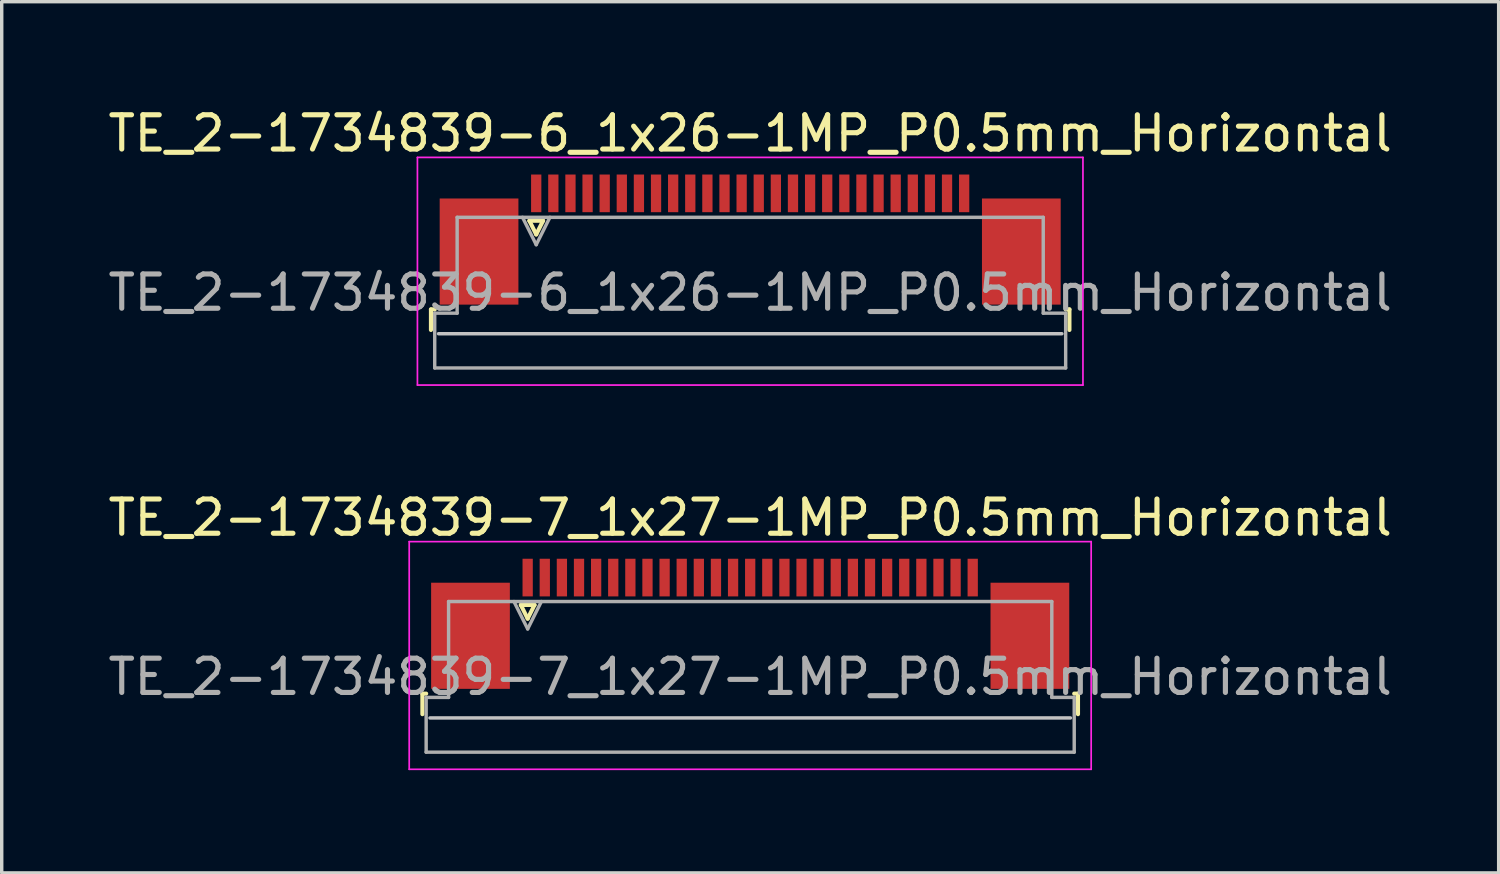
<source format=kicad_pcb>
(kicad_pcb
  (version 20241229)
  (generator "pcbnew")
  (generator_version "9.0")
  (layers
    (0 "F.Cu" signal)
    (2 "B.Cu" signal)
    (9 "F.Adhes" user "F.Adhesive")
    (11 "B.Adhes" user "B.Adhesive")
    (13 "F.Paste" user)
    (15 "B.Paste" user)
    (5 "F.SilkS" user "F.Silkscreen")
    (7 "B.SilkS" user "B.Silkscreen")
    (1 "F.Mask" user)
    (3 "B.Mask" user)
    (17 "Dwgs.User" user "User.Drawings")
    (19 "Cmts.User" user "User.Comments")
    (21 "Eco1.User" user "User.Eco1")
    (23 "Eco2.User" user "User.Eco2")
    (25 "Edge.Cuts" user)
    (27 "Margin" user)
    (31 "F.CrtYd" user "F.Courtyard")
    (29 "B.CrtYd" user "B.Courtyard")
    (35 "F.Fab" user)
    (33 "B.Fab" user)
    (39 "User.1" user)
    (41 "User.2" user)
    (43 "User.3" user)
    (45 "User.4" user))
  (footprint "TE_2-1734839-6_1x26-1MP_P0.5mm_Horizontal"
    (layer "F.Cu")
    (at 18.863 3.948)
    (property "Reference" "TE_2-1734839-6_1x26-1MP_P0.5mm_Horizontal" (at 0 -3.1 0) (layer "F.SilkS") (effects (font (size 1 1) (thickness 0.15))))
    (attr smd)
    (fp_line (start -9.325 2.04) (end -9.325 2.64) (stroke (width 0.12) (type solid)) (layer "F.SilkS"))
    (fp_line (start -9.215 2.04) (end -9.325 2.04) (stroke (width 0.12) (type solid)) (layer "F.SilkS"))
    (fp_line (start -6.45 -0.55) (end -6.25 -0.15) (stroke (width 0.12) (type solid)) (layer "F.SilkS"))
    (fp_line (start -6.25 -0.15) (end -6.05 -0.55) (stroke (width 0.12) (type solid)) (layer "F.SilkS"))
    (fp_line (start -6.05 -0.55) (end -6.45 -0.55) (stroke (width 0.12) (type solid)) (layer "F.SilkS"))
    (fp_line (start 9.215 2.04) (end 9.325 2.04) (stroke (width 0.12) (type solid)) (layer "F.SilkS"))
    (fp_line (start 9.325 2.04) (end 9.325 2.64) (stroke (width 0.12) (type solid)) (layer "F.SilkS"))
    (fp_line (start 9.105 2.75) (end -9.105 2.75) (stroke (width 0.1) (type solid)) (layer "Dwgs.User"))
    (fp_line (start -9.72 -2.4) (end -9.72 4.25) (stroke (width 0.05) (type solid)) (layer "F.CrtYd"))
    (fp_line (start -9.72 4.25) (end 9.72 4.25) (stroke (width 0.05) (type solid)) (layer "F.CrtYd"))
    (fp_line (start 9.72 -2.4) (end -9.72 -2.4) (stroke (width 0.05) (type solid)) (layer "F.CrtYd"))
    (fp_line (start 9.72 4.25) (end 9.72 -2.4) (stroke (width 0.05) (type solid)) (layer "F.CrtYd"))
    (fp_line (start -9.215 2.15) (end -8.56 2.15) (stroke (width 0.1) (type solid)) (layer "F.Fab"))
    (fp_line (start -9.215 3.75) (end -9.215 2.15) (stroke (width 0.1) (type solid)) (layer "F.Fab"))
    (fp_line (start -8.56 -0.65) (end 8.56 -0.65) (stroke (width 0.1) (type solid)) (layer "F.Fab"))
    (fp_line (start -8.56 2.15) (end -8.56 -0.65) (stroke (width 0.1) (type solid)) (layer "F.Fab"))
    (fp_line (start -6.65 -0.65) (end -6.25 0.15) (stroke (width 0.1) (type solid)) (layer "F.Fab"))
    (fp_line (start -6.25 0.15) (end -5.85 -0.65) (stroke (width 0.1) (type solid)) (layer "F.Fab"))
    (fp_line (start 8.56 -0.65) (end 8.56 2.15) (stroke (width 0.1) (type solid)) (layer "F.Fab"))
    (fp_line (start 8.56 2.15) (end 9.215 2.15) (stroke (width 0.1) (type solid)) (layer "F.Fab"))
    (fp_line (start 9.215 2.15) (end 9.215 3.75) (stroke (width 0.1) (type solid)) (layer "F.Fab"))
    (fp_line (start 9.215 3.75) (end -9.215 3.75) (stroke (width 0.1) (type solid)) (layer "F.Fab"))
    (fp_text user "${REFERENCE}" (at 0 1.55 0) (layer "F.Fab") (effects (font (size 1 1) (thickness 0.15))))
    (pad "1" smd rect (at -6.25 -1.35) (size 0.3 1.1) (layers "F.Cu" "F.Mask" "F.Paste"))
    (pad "2" smd rect (at -5.75 -1.35) (size 0.3 1.1) (layers "F.Cu" "F.Mask" "F.Paste"))
    (pad "3" smd rect (at -5.25 -1.35) (size 0.3 1.1) (layers "F.Cu" "F.Mask" "F.Paste"))
    (pad "4" smd rect (at -4.75 -1.35) (size 0.3 1.1) (layers "F.Cu" "F.Mask" "F.Paste"))
    (pad "5" smd rect (at -4.25 -1.35) (size 0.3 1.1) (layers "F.Cu" "F.Mask" "F.Paste"))
    (pad "6" smd rect (at -3.75 -1.35) (size 0.3 1.1) (layers "F.Cu" "F.Mask" "F.Paste"))
    (pad "7" smd rect (at -3.25 -1.35) (size 0.3 1.1) (layers "F.Cu" "F.Mask" "F.Paste"))
    (pad "8" smd rect (at -2.75 -1.35) (size 0.3 1.1) (layers "F.Cu" "F.Mask" "F.Paste"))
    (pad "9" smd rect (at -2.25 -1.35) (size 0.3 1.1) (layers "F.Cu" "F.Mask" "F.Paste"))
    (pad "10" smd rect (at -1.75 -1.35) (size 0.3 1.1) (layers "F.Cu" "F.Mask" "F.Paste"))
    (pad "11" smd rect (at -1.25 -1.35) (size 0.3 1.1) (layers "F.Cu" "F.Mask" "F.Paste"))
    (pad "12" smd rect (at -0.75 -1.35) (size 0.3 1.1) (layers "F.Cu" "F.Mask" "F.Paste"))
    (pad "13" smd rect (at -0.25 -1.35) (size 0.3 1.1) (layers "F.Cu" "F.Mask" "F.Paste"))
    (pad "14" smd rect (at 0.25 -1.35) (size 0.3 1.1) (layers "F.Cu" "F.Mask" "F.Paste"))
    (pad "15" smd rect (at 0.75 -1.35) (size 0.3 1.1) (layers "F.Cu" "F.Mask" "F.Paste"))
    (pad "16" smd rect (at 1.25 -1.35) (size 0.3 1.1) (layers "F.Cu" "F.Mask" "F.Paste"))
    (pad "17" smd rect (at 1.75 -1.35) (size 0.3 1.1) (layers "F.Cu" "F.Mask" "F.Paste"))
    (pad "18" smd rect (at 2.25 -1.35) (size 0.3 1.1) (layers "F.Cu" "F.Mask" "F.Paste"))
    (pad "19" smd rect (at 2.75 -1.35) (size 0.3 1.1) (layers "F.Cu" "F.Mask" "F.Paste"))
    (pad "20" smd rect (at 3.25 -1.35) (size 0.3 1.1) (layers "F.Cu" "F.Mask" "F.Paste"))
    (pad "21" smd rect (at 3.75 -1.35) (size 0.3 1.1) (layers "F.Cu" "F.Mask" "F.Paste"))
    (pad "22" smd rect (at 4.25 -1.35) (size 0.3 1.1) (layers "F.Cu" "F.Mask" "F.Paste"))
    (pad "23" smd rect (at 4.75 -1.35) (size 0.3 1.1) (layers "F.Cu" "F.Mask" "F.Paste"))
    (pad "24" smd rect (at 5.25 -1.35) (size 0.3 1.1) (layers "F.Cu" "F.Mask" "F.Paste"))
    (pad "25" smd rect (at 5.75 -1.35) (size 0.3 1.1) (layers "F.Cu" "F.Mask" "F.Paste"))
    (pad "26" smd rect (at 6.25 -1.35) (size 0.3 1.1) (layers "F.Cu" "F.Mask" "F.Paste"))
    (pad "MP" smd rect (at -7.92 0.35) (size 2.3 3.1) (layers "F.Cu" "F.Mask" "F.Paste"))
    (pad "MP" smd rect (at 7.92 0.35) (size 2.3 3.1) (layers "F.Cu" "F.Mask" "F.Paste")))
  (footprint "TE_2-1734839-7_1x27-1MP_P0.5mm_Horizontal"
    (layer "F.Cu")
    (at 18.863 15.171)
    (property "Reference" "TE_2-1734839-7_1x27-1MP_P0.5mm_Horizontal" (at 0 -3.1 0) (layer "F.SilkS") (effects (font (size 1 1) (thickness 0.15))))
    (attr smd)
    (fp_line (start -9.575 2.04) (end -9.575 2.64) (stroke (width 0.12) (type solid)) (layer "F.SilkS"))
    (fp_line (start -9.465 2.04) (end -9.575 2.04) (stroke (width 0.12) (type solid)) (layer "F.SilkS"))
    (fp_line (start -6.7 -0.55) (end -6.5 -0.15) (stroke (width 0.12) (type solid)) (layer "F.SilkS"))
    (fp_line (start -6.5 -0.15) (end -6.3 -0.55) (stroke (width 0.12) (type solid)) (layer "F.SilkS"))
    (fp_line (start -6.3 -0.55) (end -6.7 -0.55) (stroke (width 0.12) (type solid)) (layer "F.SilkS"))
    (fp_line (start 9.465 2.04) (end 9.575 2.04) (stroke (width 0.12) (type solid)) (layer "F.SilkS"))
    (fp_line (start 9.575 2.04) (end 9.575 2.64) (stroke (width 0.12) (type solid)) (layer "F.SilkS"))
    (fp_line (start 9.355 2.75) (end -9.355 2.75) (stroke (width 0.1) (type solid)) (layer "Dwgs.User"))
    (fp_line (start -9.96 -2.4) (end -9.96 4.25) (stroke (width 0.05) (type solid)) (layer "F.CrtYd"))
    (fp_line (start -9.96 4.25) (end 9.96 4.25) (stroke (width 0.05) (type solid)) (layer "F.CrtYd"))
    (fp_line (start 9.96 -2.4) (end -9.96 -2.4) (stroke (width 0.05) (type solid)) (layer "F.CrtYd"))
    (fp_line (start 9.96 4.25) (end 9.96 -2.4) (stroke (width 0.05) (type solid)) (layer "F.CrtYd"))
    (fp_line (start -9.465 2.15) (end -8.81 2.15) (stroke (width 0.1) (type solid)) (layer "F.Fab"))
    (fp_line (start -9.465 3.75) (end -9.465 2.15) (stroke (width 0.1) (type solid)) (layer "F.Fab"))
    (fp_line (start -8.81 -0.65) (end 8.81 -0.65) (stroke (width 0.1) (type solid)) (layer "F.Fab"))
    (fp_line (start -8.81 2.15) (end -8.81 -0.65) (stroke (width 0.1) (type solid)) (layer "F.Fab"))
    (fp_line (start -6.9 -0.65) (end -6.5 0.15) (stroke (width 0.1) (type solid)) (layer "F.Fab"))
    (fp_line (start -6.5 0.15) (end -6.1 -0.65) (stroke (width 0.1) (type solid)) (layer "F.Fab"))
    (fp_line (start 8.81 -0.65) (end 8.81 2.15) (stroke (width 0.1) (type solid)) (layer "F.Fab"))
    (fp_line (start 8.81 2.15) (end 9.465 2.15) (stroke (width 0.1) (type solid)) (layer "F.Fab"))
    (fp_line (start 9.465 2.15) (end 9.465 3.75) (stroke (width 0.1) (type solid)) (layer "F.Fab"))
    (fp_line (start 9.465 3.75) (end -9.465 3.75) (stroke (width 0.1) (type solid)) (layer "F.Fab"))
    (fp_text user "${REFERENCE}" (at 0 1.55 0) (layer "F.Fab") (effects (font (size 1 1) (thickness 0.15))))
    (pad "1" smd rect (at -6.5 -1.35) (size 0.3 1.1) (layers "F.Cu" "F.Mask" "F.Paste"))
    (pad "2" smd rect (at -6 -1.35) (size 0.3 1.1) (layers "F.Cu" "F.Mask" "F.Paste"))
    (pad "3" smd rect (at -5.5 -1.35) (size 0.3 1.1) (layers "F.Cu" "F.Mask" "F.Paste"))
    (pad "4" smd rect (at -5 -1.35) (size 0.3 1.1) (layers "F.Cu" "F.Mask" "F.Paste"))
    (pad "5" smd rect (at -4.5 -1.35) (size 0.3 1.1) (layers "F.Cu" "F.Mask" "F.Paste"))
    (pad "6" smd rect (at -4 -1.35) (size 0.3 1.1) (layers "F.Cu" "F.Mask" "F.Paste"))
    (pad "7" smd rect (at -3.5 -1.35) (size 0.3 1.1) (layers "F.Cu" "F.Mask" "F.Paste"))
    (pad "8" smd rect (at -3 -1.35) (size 0.3 1.1) (layers "F.Cu" "F.Mask" "F.Paste"))
    (pad "9" smd rect (at -2.5 -1.35) (size 0.3 1.1) (layers "F.Cu" "F.Mask" "F.Paste"))
    (pad "10" smd rect (at -2 -1.35) (size 0.3 1.1) (layers "F.Cu" "F.Mask" "F.Paste"))
    (pad "11" smd rect (at -1.5 -1.35) (size 0.3 1.1) (layers "F.Cu" "F.Mask" "F.Paste"))
    (pad "12" smd rect (at -1 -1.35) (size 0.3 1.1) (layers "F.Cu" "F.Mask" "F.Paste"))
    (pad "13" smd rect (at -0.5 -1.35) (size 0.3 1.1) (layers "F.Cu" "F.Mask" "F.Paste"))
    (pad "14" smd rect (at 0 -1.35) (size 0.3 1.1) (layers "F.Cu" "F.Mask" "F.Paste"))
    (pad "15" smd rect (at 0.5 -1.35) (size 0.3 1.1) (layers "F.Cu" "F.Mask" "F.Paste"))
    (pad "16" smd rect (at 1 -1.35) (size 0.3 1.1) (layers "F.Cu" "F.Mask" "F.Paste"))
    (pad "17" smd rect (at 1.5 -1.35) (size 0.3 1.1) (layers "F.Cu" "F.Mask" "F.Paste"))
    (pad "18" smd rect (at 2 -1.35) (size 0.3 1.1) (layers "F.Cu" "F.Mask" "F.Paste"))
    (pad "19" smd rect (at 2.5 -1.35) (size 0.3 1.1) (layers "F.Cu" "F.Mask" "F.Paste"))
    (pad "20" smd rect (at 3 -1.35) (size 0.3 1.1) (layers "F.Cu" "F.Mask" "F.Paste"))
    (pad "21" smd rect (at 3.5 -1.35) (size 0.3 1.1) (layers "F.Cu" "F.Mask" "F.Paste"))
    (pad "22" smd rect (at 4 -1.35) (size 0.3 1.1) (layers "F.Cu" "F.Mask" "F.Paste"))
    (pad "23" smd rect (at 4.5 -1.35) (size 0.3 1.1) (layers "F.Cu" "F.Mask" "F.Paste"))
    (pad "24" smd rect (at 5 -1.35) (size 0.3 1.1) (layers "F.Cu" "F.Mask" "F.Paste"))
    (pad "25" smd rect (at 5.5 -1.35) (size 0.3 1.1) (layers "F.Cu" "F.Mask" "F.Paste"))
    (pad "26" smd rect (at 6 -1.35) (size 0.3 1.1) (layers "F.Cu" "F.Mask" "F.Paste"))
    (pad "27" smd rect (at 6.5 -1.35) (size 0.3 1.1) (layers "F.Cu" "F.Mask" "F.Paste"))
    (pad "MP" smd rect (at -8.17 0.35) (size 2.3 3.1) (layers "F.Cu" "F.Mask" "F.Paste"))
    (pad "MP" smd rect (at 8.17 0.35) (size 2.3 3.1) (layers "F.Cu" "F.Mask" "F.Paste")))
  (gr_rect
    (start -3 -3)
    (end 40.726 22.447)
    (stroke (width 0.1) (type default))
    (fill no)
    (layer "Edge.Cuts")))
</source>
